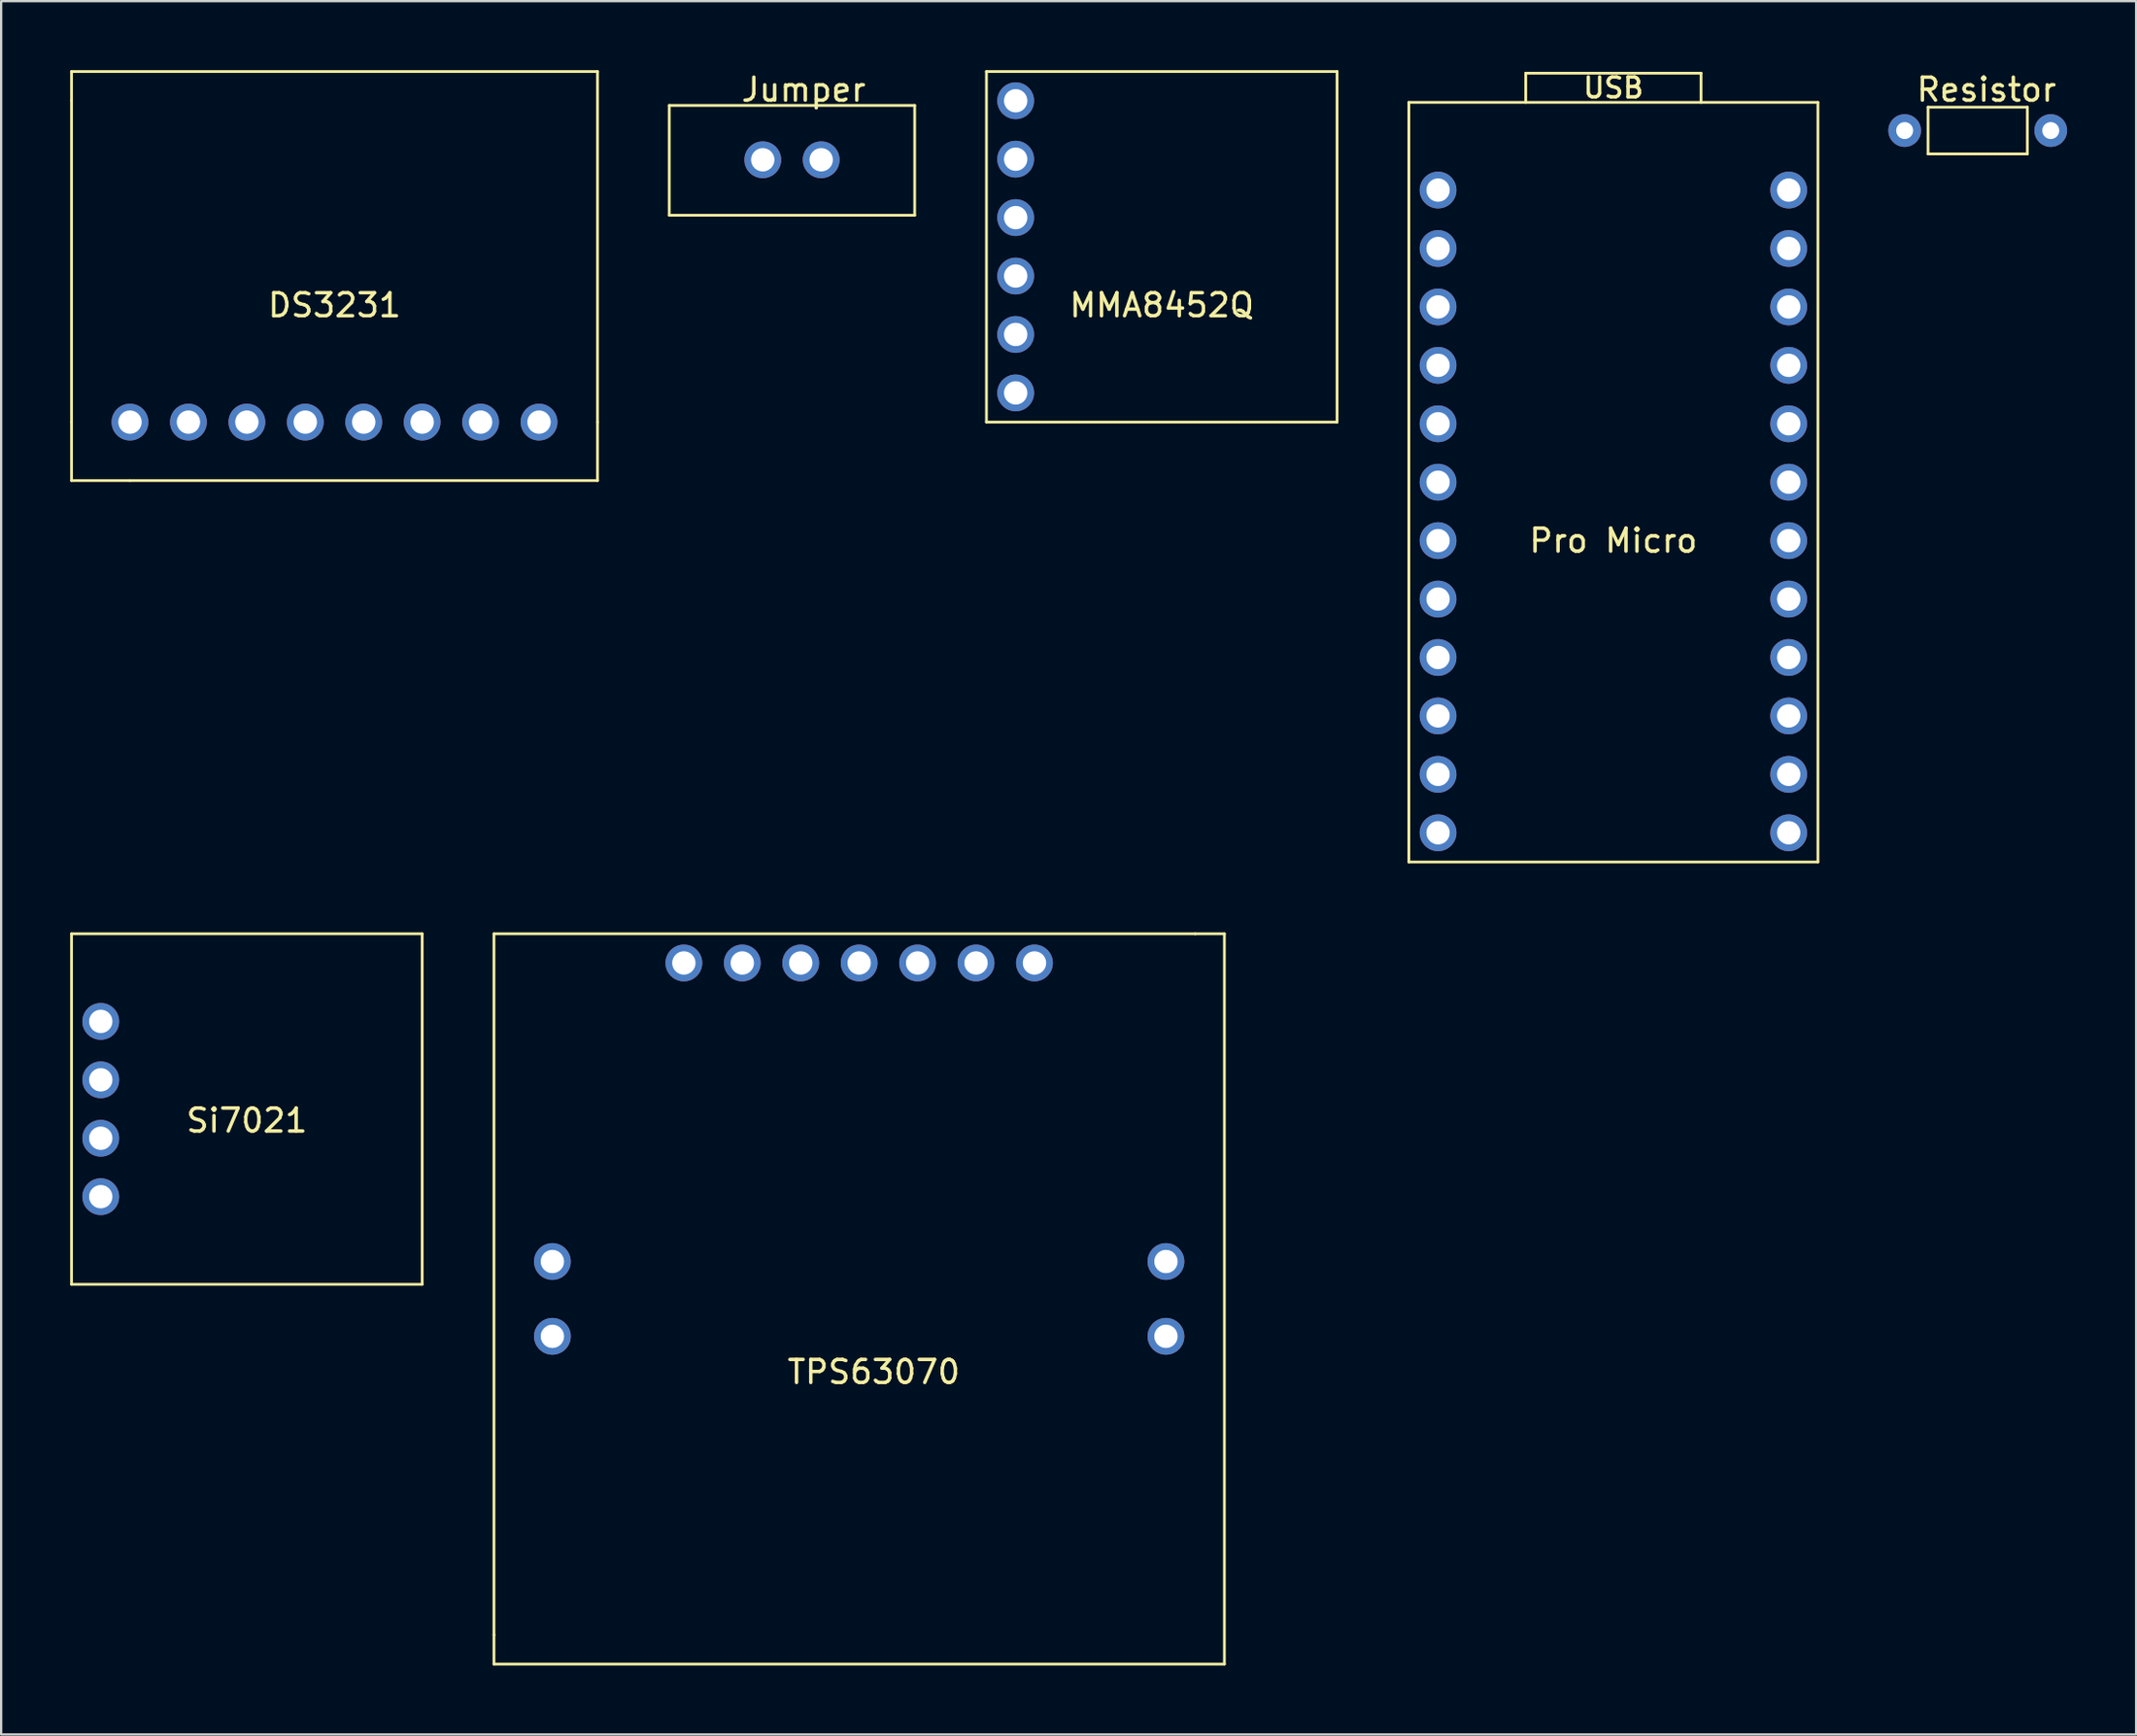
<source format=kicad_pcb>
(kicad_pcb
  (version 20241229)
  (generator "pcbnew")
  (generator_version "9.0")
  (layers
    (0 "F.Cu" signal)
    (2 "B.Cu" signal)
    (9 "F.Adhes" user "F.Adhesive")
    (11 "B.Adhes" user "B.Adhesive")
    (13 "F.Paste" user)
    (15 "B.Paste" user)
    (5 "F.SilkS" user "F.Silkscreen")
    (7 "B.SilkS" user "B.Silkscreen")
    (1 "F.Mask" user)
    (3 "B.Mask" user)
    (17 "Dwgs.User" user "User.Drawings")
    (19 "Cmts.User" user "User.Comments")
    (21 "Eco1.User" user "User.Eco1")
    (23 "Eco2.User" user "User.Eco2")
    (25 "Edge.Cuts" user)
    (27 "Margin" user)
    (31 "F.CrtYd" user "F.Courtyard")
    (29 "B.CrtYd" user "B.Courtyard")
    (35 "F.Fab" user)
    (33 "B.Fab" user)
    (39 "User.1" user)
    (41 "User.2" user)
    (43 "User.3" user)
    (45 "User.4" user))
  (footprint "Resistor"
    (layer "F.Cu")
    (at 79.739 2.626)
    (property "Reference" "Resistor" (at 3.556 -1.778 0) (layer "F.SilkS") (effects (font (size 1 1) (thickness 0.15))))
    (attr through_hole)
    (fp_line (start 1.016 -1.016) (end 5.334 -1.016) (stroke (width 0.12) (type solid)) (layer "F.SilkS"))
    (fp_line (start 1.016 1.016) (end 1.016 -1.016) (stroke (width 0.12) (type solid)) (layer "F.SilkS"))
    (fp_line (start 5.334 -1.016) (end 5.334 1.016) (stroke (width 0.12) (type solid)) (layer "F.SilkS"))
    (fp_line (start 5.334 1.016) (end 1.016 1.016) (stroke (width 0.12) (type solid)) (layer "F.SilkS"))
    (pad "1" thru_hole circle (at 0 0) (size 1.422 1.422) (drill 0.737) (layers "*.Cu" "*.Mask"))
    (pad "2" thru_hole circle (at 6.35 0) (size 1.422 1.422) (drill 0.737) (layers "*.Cu" "*.Mask")))
  (footprint "TPS63070"
    (layer "F.Cu")
    (at 34.295 53.418)
    (property "Reference" "TPS63070" (at 0.635 3.175 0) (layer "F.SilkS") (effects (font (size 1 1) (thickness 0.15))))
    (attr through_hole)
    (fp_line (start -15.875 -15.875) (end -15.875 14.605) (stroke (width 0.12) (type solid)) (layer "F.SilkS"))
    (fp_line (start -15.875 -15.875) (end 14.605 -15.875) (stroke (width 0.12) (type solid)) (layer "F.SilkS"))
    (fp_line (start -15.875 14.605) (end -15.875 15.875) (stroke (width 0.12) (type solid)) (layer "F.SilkS"))
    (fp_line (start -15.875 15.875) (end 15.875 15.875) (stroke (width 0.12) (type solid)) (layer "F.SilkS"))
    (fp_line (start 14.605 -15.875) (end 15.875 -15.875) (stroke (width 0.12) (type solid)) (layer "F.SilkS"))
    (fp_line (start 15.875 15.875) (end 15.875 -15.875) (stroke (width 0.12) (type solid)) (layer "F.SilkS"))
    (pad "1" thru_hole circle (at -13.335 -1.626) (size 1.6 1.6) (drill 1.016) (layers "*.Cu" "*.Mask"))
    (pad "2" thru_hole circle (at -13.335 1.626) (size 1.6 1.6) (drill 1.016) (layers "*.Cu" "*.Mask"))
    (pad "3" thru_hole circle (at 13.335 -1.626) (size 1.6 1.6) (drill 1.016) (layers "*.Cu" "*.Mask"))
    (pad "4" thru_hole circle (at 13.335 1.626) (size 1.6 1.6) (drill 1.016) (layers "*.Cu" "*.Mask"))
    (pad "5" thru_hole circle (at -7.62 -14.605) (size 1.6 1.6) (drill 1.016) (layers "*.Cu" "*.Mask"))
    (pad "6" thru_hole circle (at -5.08 -14.605) (size 1.6 1.6) (drill 1.016) (layers "*.Cu" "*.Mask"))
    (pad "7" thru_hole circle (at -2.54 -14.605) (size 1.6 1.6) (drill 1.016) (layers "*.Cu" "*.Mask"))
    (pad "8" thru_hole circle (at 0 -14.605) (size 1.6 1.6) (drill 1.016) (layers "*.Cu" "*.Mask"))
    (pad "9" thru_hole circle (at 2.54 -14.605) (size 1.6 1.6) (drill 1.016) (layers "*.Cu" "*.Mask"))
    (pad "10" thru_hole circle (at 5.08 -14.605) (size 1.6 1.6) (drill 1.016) (layers "*.Cu" "*.Mask"))
    (pad "11" thru_hole circle (at 7.62 -14.605) (size 1.6 1.6) (drill 1.016) (layers "*.Cu" "*.Mask")))
  (footprint "Jumper"
    (layer "F.Cu")
    (at 31.374 3.896)
    (property "Reference" "Jumper" (at 0.508 -3.048 0) (layer "F.SilkS") (effects (font (size 1 1) (thickness 0.15))))
    (attr through_hole)
    (fp_line (start -5.334 -2.362) (end 5.334 -2.362) (stroke (width 0.12) (type solid)) (layer "F.SilkS"))
    (fp_line (start -5.334 2.413) (end -5.334 -2.362) (stroke (width 0.12) (type solid)) (layer "F.SilkS"))
    (fp_line (start -5.334 2.413) (end 5.334 2.413) (stroke (width 0.12) (type solid)) (layer "F.SilkS"))
    (fp_line (start 5.334 2.413) (end 5.334 -2.362) (stroke (width 0.12) (type solid)) (layer "F.SilkS"))
    (pad "1" thru_hole circle (at -1.27 0) (size 1.6 1.6) (drill 1.016) (layers "*.Cu" "*.Mask"))
    (pad "2" thru_hole circle (at 1.27 0) (size 1.6 1.6) (drill 1.016) (layers "*.Cu" "*.Mask")))
  (footprint "Pro Micro"
    (layer "F.Cu")
    (at 67.078 17.278)
    (property "Reference" "Pro Micro" (at 0 3.175 0) (layer "F.SilkS") (effects (font (size 1 1) (thickness 0.15))))
    (attr through_hole)
    (fp_line (start -8.89 -15.875) (end -8.89 17.145) (stroke (width 0.12) (type solid)) (layer "F.SilkS"))
    (fp_line (start -8.89 17.145) (end 8.89 17.145) (stroke (width 0.12) (type solid)) (layer "F.SilkS"))
    (fp_line (start -3.81 -17.145) (end 3.81 -17.145) (stroke (width 0.12) (type solid)) (layer "F.SilkS"))
    (fp_line (start -3.81 -15.875) (end -3.81 -17.145) (stroke (width 0.12) (type solid)) (layer "F.SilkS"))
    (fp_line (start 3.81 -17.145) (end 3.81 -15.875) (stroke (width 0.12) (type solid)) (layer "F.SilkS"))
    (fp_line (start 8.89 -15.875) (end -8.89 -15.875) (stroke (width 0.12) (type solid)) (layer "F.SilkS"))
    (fp_line (start 8.89 17.145) (end 8.89 -15.875) (stroke (width 0.12) (type solid)) (layer "F.SilkS"))
    (fp_text user "USB" (at 0 -16.51 0) (layer "F.SilkS") (effects (font (size 0.864 0.864) (thickness 0.15))))
    (pad "1" thru_hole circle (at -7.62 -12.065) (size 1.6 1.6) (drill 1.016) (layers "*.Cu" "*.Mask"))
    (pad "2" thru_hole circle (at -7.62 -9.525) (size 1.6 1.6) (drill 1.016) (layers "*.Cu" "*.Mask"))
    (pad "3" thru_hole circle (at -7.62 -6.985) (size 1.6 1.6) (drill 1.016) (layers "*.Cu" "*.Mask"))
    (pad "4" thru_hole circle (at -7.62 -4.445) (size 1.6 1.6) (drill 1.016) (layers "*.Cu" "*.Mask"))
    (pad "5" thru_hole circle (at -7.62 -1.905) (size 1.6 1.6) (drill 1.016) (layers "*.Cu" "*.Mask"))
    (pad "6" thru_hole circle (at -7.62 0.635) (size 1.6 1.6) (drill 1.016) (layers "*.Cu" "*.Mask"))
    (pad "7" thru_hole circle (at -7.62 3.175) (size 1.6 1.6) (drill 1.016) (layers "*.Cu" "*.Mask"))
    (pad "8" thru_hole circle (at -7.62 5.715) (size 1.6 1.6) (drill 1.016) (layers "*.Cu" "*.Mask"))
    (pad "9" thru_hole circle (at -7.62 8.255) (size 1.6 1.6) (drill 1.016) (layers "*.Cu" "*.Mask"))
    (pad "10" thru_hole circle (at -7.62 10.795) (size 1.6 1.6) (drill 1.016) (layers "*.Cu" "*.Mask"))
    (pad "11" thru_hole circle (at -7.62 13.335) (size 1.6 1.6) (drill 1.016) (layers "*.Cu" "*.Mask"))
    (pad "12" thru_hole circle (at -7.62 15.875) (size 1.6 1.6) (drill 1.016) (layers "*.Cu" "*.Mask"))
    (pad "13" thru_hole circle (at 7.62 15.875) (size 1.6 1.6) (drill 1.016) (layers "*.Cu" "*.Mask"))
    (pad "14" thru_hole circle (at 7.62 13.335) (size 1.6 1.6) (drill 1.016) (layers "*.Cu" "*.Mask"))
    (pad "15" thru_hole circle (at 7.62 10.795) (size 1.6 1.6) (drill 1.016) (layers "*.Cu" "*.Mask"))
    (pad "16" thru_hole circle (at 7.62 8.255) (size 1.6 1.6) (drill 1.016) (layers "*.Cu" "*.Mask"))
    (pad "17" thru_hole circle (at 7.62 5.715) (size 1.6 1.6) (drill 1.016) (layers "*.Cu" "*.Mask"))
    (pad "18" thru_hole circle (at 7.62 3.175) (size 1.6 1.6) (drill 1.016) (layers "*.Cu" "*.Mask"))
    (pad "19" thru_hole circle (at 7.62 0.635) (size 1.6 1.6) (drill 1.016) (layers "*.Cu" "*.Mask"))
    (pad "20" thru_hole circle (at 7.62 -1.905) (size 1.6 1.6) (drill 1.016) (layers "*.Cu" "*.Mask"))
    (pad "21" thru_hole circle (at 7.62 -4.445) (size 1.6 1.6) (drill 1.016) (layers "*.Cu" "*.Mask"))
    (pad "22" thru_hole circle (at 7.62 -6.985) (size 1.6 1.6) (drill 1.016) (layers "*.Cu" "*.Mask"))
    (pad "23" thru_hole circle (at 7.62 -9.525) (size 1.6 1.6) (drill 1.016) (layers "*.Cu" "*.Mask"))
    (pad "24" thru_hole circle (at 7.62 -12.065) (size 1.6 1.6) (drill 1.016) (layers "*.Cu" "*.Mask")))
  (footprint "MMA8452Q"
    (layer "F.Cu")
    (at 47.448 7.68)
    (property "Reference" "MMA8452Q" (at 0 2.54 0) (layer "F.SilkS") (effects (font (size 1 1) (thickness 0.15))))
    (attr through_hole)
    (fp_line (start -7.62 -7.62) (end 7.62 -7.62) (stroke (width 0.12) (type solid)) (layer "F.SilkS"))
    (fp_line (start -7.62 7.62) (end -7.62 -7.62) (stroke (width 0.12) (type solid)) (layer "F.SilkS"))
    (fp_line (start 7.62 -7.62) (end 7.62 7.62) (stroke (width 0.12) (type solid)) (layer "F.SilkS"))
    (fp_line (start 7.62 7.62) (end -7.62 7.62) (stroke (width 0.12) (type solid)) (layer "F.SilkS"))
    (pad "1" thru_hole circle (at -6.35 -6.35) (size 1.6 1.6) (drill 1.016) (layers "*.Cu" "*.Mask"))
    (pad "2" thru_hole circle (at -6.35 -3.81) (size 1.6 1.6) (drill 1.016) (layers "*.Cu" "*.Mask"))
    (pad "3" thru_hole circle (at -6.35 -1.27) (size 1.6 1.6) (drill 1.016) (layers "*.Cu" "*.Mask"))
    (pad "4" thru_hole circle (at -6.35 1.27) (size 1.6 1.6) (drill 1.016) (layers "*.Cu" "*.Mask"))
    (pad "5" thru_hole circle (at -6.35 3.81) (size 1.6 1.6) (drill 1.016) (layers "*.Cu" "*.Mask"))
    (pad "6" thru_hole circle (at -6.35 6.35) (size 1.6 1.6) (drill 1.016) (layers "*.Cu" "*.Mask")))
  (footprint "DS3231"
    (layer "F.Cu")
    (at 11.49 7.68)
    (property "Reference" "DS3231" (at 0 2.54 0) (layer "F.SilkS") (effects (font (size 1 1) (thickness 0.15))))
    (attr through_hole)
    (fp_line (start -11.43 -7.62) (end -11.43 -6.35) (stroke (width 0.12) (type solid)) (layer "F.SilkS"))
    (fp_line (start -11.43 7.62) (end -11.43 -6.35) (stroke (width 0.12) (type solid)) (layer "F.SilkS"))
    (fp_line (start -11.43 7.62) (end -11.43 10.16) (stroke (width 0.12) (type solid)) (layer "F.SilkS"))
    (fp_line (start -11.43 10.16) (end -8.89 10.16) (stroke (width 0.12) (type solid)) (layer "F.SilkS"))
    (fp_line (start -8.89 10.16) (end 11.43 10.16) (stroke (width 0.12) (type solid)) (layer "F.SilkS"))
    (fp_line (start 11.43 -7.62) (end -11.43 -7.62) (stroke (width 0.12) (type solid)) (layer "F.SilkS"))
    (fp_line (start 11.43 7.62) (end 11.43 -7.62) (stroke (width 0.12) (type solid)) (layer "F.SilkS"))
    (fp_line (start 11.43 10.16) (end 11.43 7.62) (stroke (width 0.12) (type solid)) (layer "F.SilkS"))
    (pad "1" thru_hole circle (at -8.89 7.62) (size 1.6 1.6) (drill 1.016) (layers "*.Cu" "*.Mask"))
    (pad "2" thru_hole circle (at -6.35 7.62) (size 1.6 1.6) (drill 1.016) (layers "*.Cu" "*.Mask"))
    (pad "3" thru_hole circle (at -3.81 7.62) (size 1.6 1.6) (drill 1.016) (layers "*.Cu" "*.Mask"))
    (pad "4" thru_hole circle (at -1.27 7.62) (size 1.6 1.6) (drill 1.016) (layers "*.Cu" "*.Mask"))
    (pad "5" thru_hole circle (at 1.27 7.62) (size 1.6 1.6) (drill 1.016) (layers "*.Cu" "*.Mask"))
    (pad "6" thru_hole circle (at 3.81 7.62) (size 1.6 1.6) (drill 1.016) (layers "*.Cu" "*.Mask"))
    (pad "7" thru_hole circle (at 6.35 7.62) (size 1.6 1.6) (drill 1.016) (layers "*.Cu" "*.Mask"))
    (pad "8" thru_hole circle (at 8.89 7.62) (size 1.6 1.6) (drill 1.016) (layers "*.Cu" "*.Mask")))
  (footprint "Si7021"
    (layer "F.Cu")
    (at 7.68 45.163)
    (property "Reference" "Si7021" (at 0 0.5 0) (layer "F.SilkS") (effects (font (size 1 1) (thickness 0.15))))
    (attr through_hole)
    (fp_line (start -7.62 -7.62) (end 7.62 -7.62) (stroke (width 0.12) (type solid)) (layer "F.SilkS"))
    (fp_line (start -7.62 7.62) (end -7.62 -7.62) (stroke (width 0.12) (type solid)) (layer "F.SilkS"))
    (fp_line (start 7.62 -7.62) (end 7.62 7.62) (stroke (width 0.12) (type solid)) (layer "F.SilkS"))
    (fp_line (start 7.62 7.62) (end -7.62 7.62) (stroke (width 0.12) (type solid)) (layer "F.SilkS"))
    (pad "1" thru_hole circle (at -6.35 -3.81) (size 1.6 1.6) (drill 1.016) (layers "*.Cu" "*.Mask"))
    (pad "2" thru_hole circle (at -6.35 -1.27) (size 1.6 1.6) (drill 1.016) (layers "*.Cu" "*.Mask"))
    (pad "3" thru_hole circle (at -6.35 1.27) (size 1.6 1.6) (drill 1.016) (layers "*.Cu" "*.Mask"))
    (pad "4" thru_hole circle (at -6.35 3.81) (size 1.6 1.6) (drill 1.016) (layers "*.Cu" "*.Mask")))
  (gr_rect
    (start -3 -3)
    (end 89.8 72.353)
    (stroke (width 0.1) (type default))
    (fill no)
    (layer "Edge.Cuts")))
</source>
